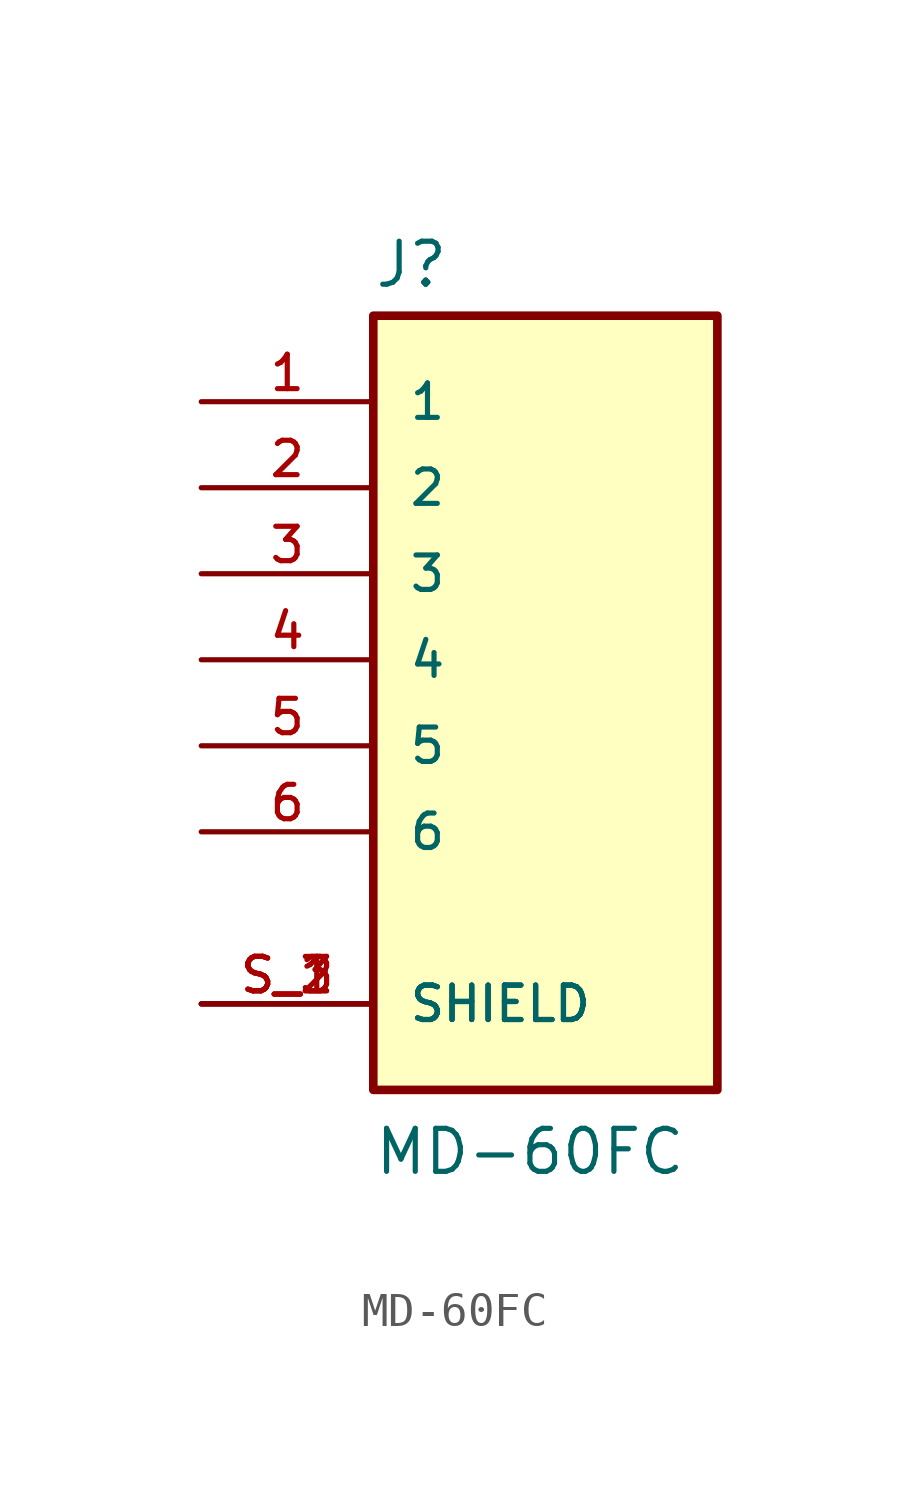
<source format=kicad_sym>
(kicad_symbol_lib
  (version 20211014)
  (generator kicad_symbol_editor)
  (symbol "MD-60FC"
    (pin_names
      (offset 1.016))
    (property "Reference" "J"
      (at -5.082 10.926 0)
      (effects (font (size 1.27 1.27)) (justify bottom left)))
    (property "Value" "MD-60FC"
      (at -5.09 -15.269 0)
      (effects (font (size 1.27 1.27)) (justify bottom left)))
    (symbol "MD-60FC_0_0"
      (rectangle (start -5.08 -12.7) (end 5.08 10.16) (stroke (width 0.254)) (fill (type background)))
      (pin passive line (at -10.16 7.62 0) (length 5.08) (name "1" (effects (font (size 1.016 1.016)))) (number "1" (effects (font (size 1.016 1.016)))))
      (pin passive line (at -10.16 5.08 0) (length 5.08) (name "2" (effects (font (size 1.016 1.016)))) (number "2" (effects (font (size 1.016 1.016)))))
      (pin passive line (at -10.16 2.54 0) (length 5.08) (name "3" (effects (font (size 1.016 1.016)))) (number "3" (effects (font (size 1.016 1.016)))))
      (pin passive line (at -10.16 0.0 0) (length 5.08) (name "4" (effects (font (size 1.016 1.016)))) (number "4" (effects (font (size 1.016 1.016)))))
      (pin passive line (at -10.16 -2.54 0) (length 5.08) (name "5" (effects (font (size 1.016 1.016)))) (number "5" (effects (font (size 1.016 1.016)))))
      (pin passive line (at -10.16 -10.16 0) (length 5.08) (name "SHIELD" (effects (font (size 1.016 1.016)))) (number "S_1" (effects (font (size 1.016 1.016)))))
      (pin passive line (at -10.16 -10.16 0) (length 5.08) (name "SHIELD" (effects (font (size 1.016 1.016)))) (number "S_2" (effects (font (size 1.016 1.016)))))
      (pin passive line (at -10.16 -10.16 0) (length 5.08) (name "SHIELD" (effects (font (size 1.016 1.016)))) (number "S_3" (effects (font (size 1.016 1.016)))))
      (pin passive line (at -10.16 -5.08 0) (length 5.08) (name "6" (effects (font (size 1.016 1.016)))) (number "6" (effects (font (size 1.016 1.016))))))))
</source>
